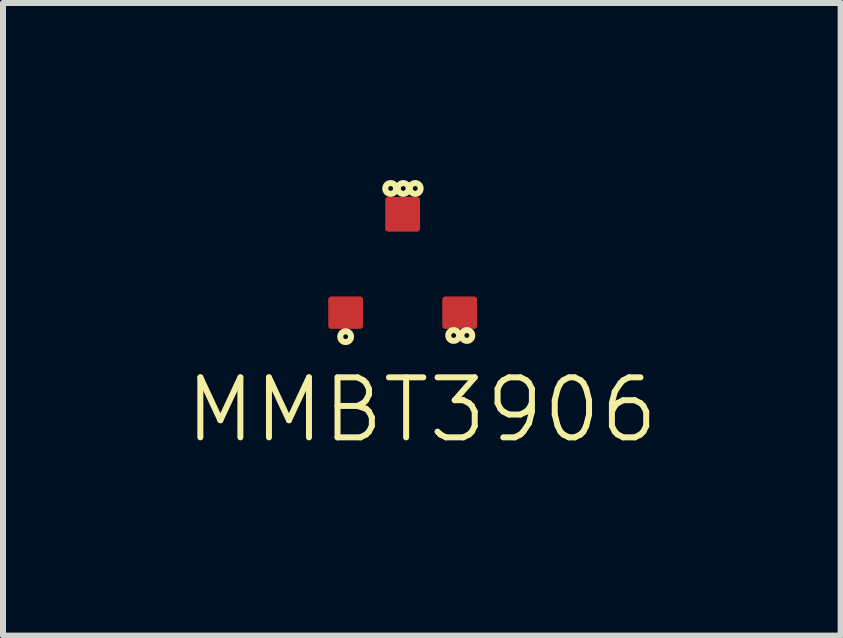
<source format=kicad_pcb>
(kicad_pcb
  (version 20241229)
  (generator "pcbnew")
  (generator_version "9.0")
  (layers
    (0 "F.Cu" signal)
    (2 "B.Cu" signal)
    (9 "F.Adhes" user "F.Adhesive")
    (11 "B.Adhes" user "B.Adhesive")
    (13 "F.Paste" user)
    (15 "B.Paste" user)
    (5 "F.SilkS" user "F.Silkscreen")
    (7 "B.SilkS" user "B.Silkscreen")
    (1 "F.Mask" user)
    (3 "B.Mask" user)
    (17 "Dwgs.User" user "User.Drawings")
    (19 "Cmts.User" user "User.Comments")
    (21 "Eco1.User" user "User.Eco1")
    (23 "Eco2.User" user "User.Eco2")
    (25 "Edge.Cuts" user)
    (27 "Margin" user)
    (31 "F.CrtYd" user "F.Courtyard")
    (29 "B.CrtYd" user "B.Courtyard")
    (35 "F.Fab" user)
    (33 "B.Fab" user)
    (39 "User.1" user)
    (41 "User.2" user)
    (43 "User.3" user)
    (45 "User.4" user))
  (footprint "MMBT3906"
    (layer "F.Cu")
    (at 3.659 1.94)
    (property "Reference" "MMBT3906" (at 0.32 1.84 0) (unlocked yes) (layer "F.SilkS") (effects (font (size 1 1) (thickness 0.1))))
    (attr smd)
    (fp_rect (start -1.19 0) (end -0.71 0.44) (stroke (width 0.1) (type solid)) (fill yes) (layer "F.Cu"))
    (fp_rect (start -0.24 -1.66) (end 0.24 -1.18) (stroke (width 0.1) (type solid)) (fill yes) (layer "F.Cu"))
    (fp_rect (start 0.71 0) (end 1.19 0.44) (stroke (width 0.1) (type solid)) (fill yes) (layer "F.Cu"))
    (fp_circle (center -0.95 0.62) (end -0.91 0.62) (stroke (width 0.1) (type default)) (fill no) (layer "F.SilkS"))
    (fp_circle (center -0.2 -1.85) (end -0.16 -1.85) (stroke (width 0.1) (type default)) (fill no) (layer "F.SilkS"))
    (fp_circle (center 0.01 -1.85) (end 0.05 -1.85) (stroke (width 0.1) (type default)) (fill no) (layer "F.SilkS"))
    (fp_circle (center 0.21 -1.85) (end 0.25 -1.85) (stroke (width 0.1) (type default)) (fill no) (layer "F.SilkS"))
    (fp_circle (center 0.85 0.6) (end 0.89 0.6) (stroke (width 0.1) (type default)) (fill no) (layer "F.SilkS"))
    (fp_circle (center 1.07 0.6) (end 1.11 0.6) (stroke (width 0.1) (type default)) (fill no) (layer "F.SilkS"))
    (fp_rect (start -1.19 0) (end -0.71 0.44) (stroke (width 0.1) (type solid)) (fill yes) (layer "F.Paste"))
    (fp_rect (start -0.24 -1.66) (end 0.24 -1.18) (stroke (width 0.1) (type solid)) (fill yes) (layer "F.Paste"))
    (fp_rect (start 0.71 0) (end 1.19 0.44) (stroke (width 0.1) (type solid)) (fill yes) (layer "F.Paste"))
    (fp_line (start -0.95 -0.51) (end 0 0.44) (stroke (width 0.1) (type default)) (layer "User.8"))
    (fp_line (start -0.475 -0.035) (end -0.14 0.13) (stroke (width 0.1) (type default)) (layer "User.8"))
    (fp_line (start -0.475 -0.035) (end 0.76 0.02) (stroke (width 0.1) (type default)) (layer "User.8"))
    (fp_line (start -0.18 -0.3) (end -0.475 -0.035) (stroke (width 0.1) (type default)) (layer "User.8"))
    (fp_line (start -0.14 -1.08) (end -0.475 -0.035) (stroke (width 0.1) (type default)) (layer "User.8"))
    (fp_circle (center 0 -0.51) (end 0.95 -0.51) (stroke (width 0.1) (type default)) (fill no) (layer "User.8")))
  (gr_rect
    (start -3 -3)
    (end 10.957 7.54)
    (stroke (width 0.1) (type default))
    (fill no)
    (layer "Edge.Cuts")))
</source>
